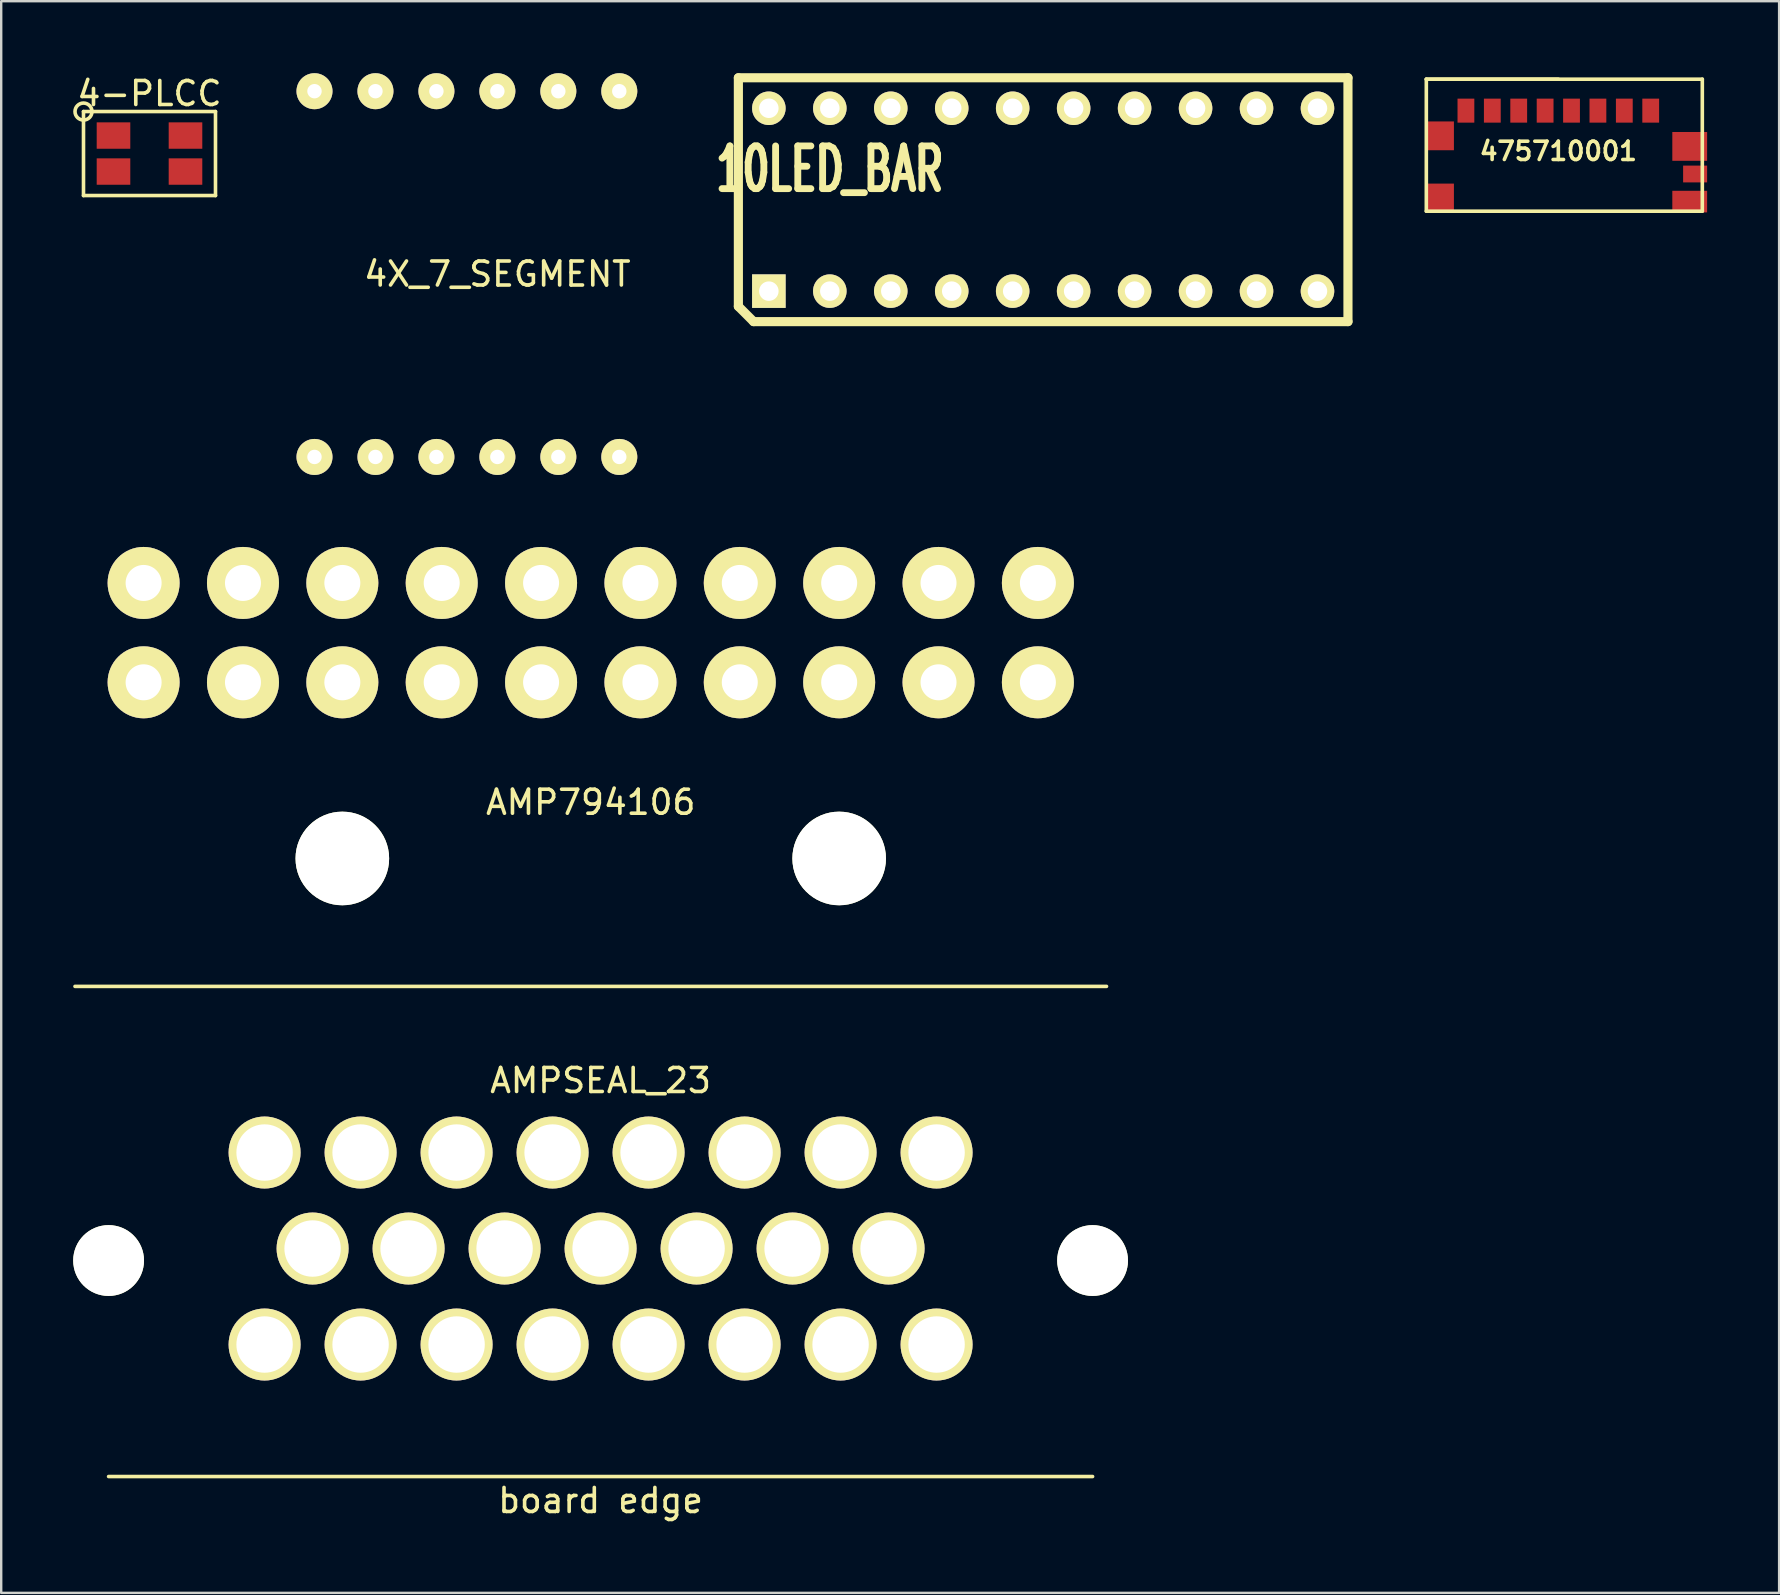
<source format=kicad_pcb>
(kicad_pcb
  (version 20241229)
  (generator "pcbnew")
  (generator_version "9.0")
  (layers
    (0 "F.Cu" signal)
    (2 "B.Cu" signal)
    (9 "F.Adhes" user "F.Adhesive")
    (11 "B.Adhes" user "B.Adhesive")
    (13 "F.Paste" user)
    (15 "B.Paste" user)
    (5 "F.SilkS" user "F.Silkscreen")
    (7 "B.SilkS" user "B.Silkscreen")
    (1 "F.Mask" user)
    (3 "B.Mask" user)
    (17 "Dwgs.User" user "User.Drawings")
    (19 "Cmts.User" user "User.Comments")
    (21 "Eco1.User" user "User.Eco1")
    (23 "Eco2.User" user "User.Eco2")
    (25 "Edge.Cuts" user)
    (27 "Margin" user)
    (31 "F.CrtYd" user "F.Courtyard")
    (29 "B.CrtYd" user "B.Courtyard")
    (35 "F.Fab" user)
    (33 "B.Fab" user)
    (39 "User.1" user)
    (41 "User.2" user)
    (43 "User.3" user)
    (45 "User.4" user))
  (footprint "475710001"
    (layer "F.Cu")
    (at 61.881 0.25)
    (property "Reference" "475710001" (at 0 3 0) (layer "F.SilkS") (effects (font (size 0.762 0.762) (thickness 0.15))))
    (attr through_hole)
    (fp_line (start -5.5 0) (end -5.5 5.5) (stroke (width 0.15) (type solid)) (layer "F.SilkS"))
    (fp_line (start -5.5 5.5) (end 6 5.5) (stroke (width 0.15) (type solid)) (layer "F.SilkS"))
    (fp_line (start 0 0) (end -5.5 0) (stroke (width 0.15) (type solid)) (layer "F.SilkS"))
    (fp_line (start 6 0) (end -5.5 0) (stroke (width 0.15) (type solid)) (layer "F.SilkS"))
    (fp_line (start 6 5.5) (end 6 0) (stroke (width 0.15) (type solid)) (layer "F.SilkS"))
    (pad "1" smd rect (at 3.85 1.31) (size 0.7 1) (layers "F.Cu" "F.Mask" "F.Paste"))
    (pad "2" smd rect (at 2.75 1.31) (size 0.7 1) (layers "F.Cu" "F.Mask" "F.Paste"))
    (pad "3" smd rect (at 1.65 1.31) (size 0.7 1) (layers "F.Cu" "F.Mask" "F.Paste"))
    (pad "4" smd rect (at 0.55 1.31) (size 0.7 1) (layers "F.Cu" "F.Mask" "F.Paste"))
    (pad "5" smd rect (at -0.55 1.31) (size 0.7 1) (layers "F.Cu" "F.Mask" "F.Paste"))
    (pad "6" smd rect (at -1.65 1.31) (size 0.7 1) (layers "F.Cu" "F.Mask" "F.Paste"))
    (pad "7" smd rect (at -2.75 1.31) (size 0.7 1) (layers "F.Cu" "F.Mask" "F.Paste"))
    (pad "8" smd rect (at -3.85 1.31) (size 0.7 1) (layers "F.Cu" "F.Mask" "F.Paste"))
    (pad "9" smd rect (at -4.925 2.36) (size 1.15 1.2) (layers "F.Cu" "F.Mask" "F.Paste"))
    (pad "10" smd rect (at -4.925 4.95) (size 1.15 1.2) (layers "F.Cu" "F.Mask" "F.Paste"))
    (pad "11" smd rect (at 5.475 2.8) (size 1.45 1.2) (layers "F.Cu" "F.Mask" "F.Paste"))
    (pad "12" smd rect (at 5.7 3.95) (size 1 0.7) (layers "F.Cu" "F.Mask" "F.Paste"))
    (pad "13" smd rect (at 5.475 5.1) (size 1.45 0.9) (layers "F.Cu" "F.Mask" "F.Paste")))
  (footprint "4-PLCC"
    (layer "F.Cu")
    (at 3.179 3.348)
    (property "Reference" "4-PLCC" (at 0 -2.5 0) (layer "F.SilkS") (effects (font (size 1 1) (thickness 0.15))))
    (attr through_hole)
    (fp_line (start -2.75 -1.75) (end 2.75 -1.75) (stroke (width 0.15) (type solid)) (layer "F.SilkS"))
    (fp_line (start -2.75 1.75) (end -2.75 -1.75) (stroke (width 0.15) (type solid)) (layer "F.SilkS"))
    (fp_line (start 2.75 -1.75) (end 2.75 1.75) (stroke (width 0.15) (type solid)) (layer "F.SilkS"))
    (fp_line (start 2.75 1.75) (end -2.75 1.75) (stroke (width 0.15) (type solid)) (layer "F.SilkS"))
    (fp_circle (center -2.75 -1.75) (end -3 -2) (stroke (width 0.15) (type solid)) (fill no) (layer "F.SilkS"))
    (pad "1" smd rect (at -1.5 -0.75) (size 1.4 1.1) (layers "F.Cu" "F.Mask" "F.Paste"))
    (pad "2" smd rect (at -1.5 0.75) (size 1.4 1.1) (layers "F.Cu" "F.Mask" "F.Paste"))
    (pad "3" smd rect (at 1.5 0.75) (size 1.4 1.1) (layers "F.Cu" "F.Mask" "F.Paste"))
    (pad "4" smd rect (at 1.5 -0.75) (size 1.4 1.1) (layers "F.Cu" "F.Mask" "F.Paste")))
  (footprint "AMPSEAL_23"
    (layer "F.Cu")
    (at 21.975 48.973)
    (property "Reference" "AMPSEAL_23" (at 0 -7 0) (layer "F.SilkS") (effects (font (size 1 1) (thickness 0.15))))
    (attr through_hole)
    (fp_line (start -20.5 9.5) (end 20.5 9.5) (stroke (width 0.15) (type solid)) (layer "F.SilkS"))
    (fp_text user "board edge" (at 0 10.5 0) (layer "F.SilkS") (effects (font (size 1 1) (thickness 0.15))))
    (pad "" np_thru_hole circle (at -20.5 0.5) (size 2.95 2.95) (drill 2.95) (layers "*.Cu" "*.Mask" "F.SilkS"))
    (pad "" np_thru_hole circle (at 20.5 0.5) (size 2.95 2.95) (drill 2.95) (layers "*.Cu" "*.Mask" "F.SilkS"))
    (pad "1" thru_hole circle (at -14 -4) (size 3 3) (drill 2.35) (layers "*.Cu" "*.Mask" "F.SilkS"))
    (pad "2" thru_hole circle (at -10 -4) (size 3 3) (drill 2.35) (layers "*.Cu" "*.Mask" "F.SilkS"))
    (pad "3" thru_hole circle (at -6 -4) (size 3 3) (drill 2.35) (layers "*.Cu" "*.Mask" "F.SilkS"))
    (pad "4" thru_hole circle (at -2 -4) (size 3 3) (drill 2.35) (layers "*.Cu" "*.Mask" "F.SilkS"))
    (pad "5" thru_hole circle (at 2 -4) (size 3 3) (drill 2.35) (layers "*.Cu" "*.Mask" "F.SilkS"))
    (pad "6" thru_hole circle (at 6 -4) (size 3 3) (drill 2.35) (layers "*.Cu" "*.Mask" "F.SilkS"))
    (pad "7" thru_hole circle (at 10 -4) (size 3 3) (drill 2.35) (layers "*.Cu" "*.Mask" "F.SilkS"))
    (pad "8" thru_hole circle (at 14 -4) (size 3 3) (drill 2.35) (layers "*.Cu" "*.Mask" "F.SilkS"))
    (pad "9" thru_hole circle (at -12 0) (size 3 3) (drill 2.35) (layers "*.Cu" "*.Mask" "F.SilkS"))
    (pad "10" thru_hole circle (at -8 0) (size 3 3) (drill 2.35) (layers "*.Cu" "*.Mask" "F.SilkS"))
    (pad "11" thru_hole circle (at -4 0) (size 3 3) (drill 2.35) (layers "*.Cu" "*.Mask" "F.SilkS"))
    (pad "12" thru_hole circle (at 0 0) (size 3 3) (drill 2.35) (layers "*.Cu" "*.Mask" "F.SilkS"))
    (pad "13" thru_hole circle (at 4 0) (size 3 3) (drill 2.35) (layers "*.Cu" "*.Mask" "F.SilkS"))
    (pad "14" thru_hole circle (at 8 0) (size 3 3) (drill 2.35) (layers "*.Cu" "*.Mask" "F.SilkS"))
    (pad "15" thru_hole circle (at 12 0) (size 3 3) (drill 2.35) (layers "*.Cu" "*.Mask" "F.SilkS"))
    (pad "16" thru_hole circle (at -14 4) (size 3 3) (drill 2.35) (layers "*.Cu" "*.Mask" "F.SilkS"))
    (pad "17" thru_hole circle (at -10 4) (size 3 3) (drill 2.35) (layers "*.Cu" "*.Mask" "F.SilkS"))
    (pad "18" thru_hole circle (at -6 4) (size 3 3) (drill 2.35) (layers "*.Cu" "*.Mask" "F.SilkS"))
    (pad "19" thru_hole circle (at -2 4) (size 3 3) (drill 2.35) (layers "*.Cu" "*.Mask" "F.SilkS"))
    (pad "20" thru_hole circle (at 2 4) (size 3 3) (drill 2.35) (layers "*.Cu" "*.Mask" "F.SilkS"))
    (pad "21" thru_hole circle (at 6 4) (size 3 3) (drill 2.35) (layers "*.Cu" "*.Mask" "F.SilkS"))
    (pad "22" thru_hole circle (at 10 4) (size 3 3) (drill 2.35) (layers "*.Cu" "*.Mask" "F.SilkS"))
    (pad "23" thru_hole circle (at 14 4) (size 3 3) (drill 2.35) (layers "*.Cu" "*.Mask" "F.SilkS")))
  (footprint "AMP794106"
    (layer "F.Cu")
    (at 21.565 25.38)
    (property "Reference" "AMP794106" (at 0 5 0) (layer "F.SilkS") (effects (font (size 1 1) (thickness 0.15))))
    (attr through_hole)
    (fp_line (start -21.49 12.67) (end 21.49 12.67) (stroke (width 0.15) (type solid)) (layer "F.SilkS"))
    (pad "" np_thru_hole circle (at -10.351 7.34) (size 3.9 3.9) (drill 3.9) (layers "*.Cu" "*.Mask" "F.SilkS"))
    (pad "" np_thru_hole circle (at 10.351 7.34) (size 3.9 3.9) (drill 3.9) (layers "*.Cu" "*.Mask" "F.SilkS"))
    (pad "1" thru_hole circle (at 18.631 -4.14) (size 3 3) (drill 1.5) (layers "*.Cu" "*.Mask" "F.SilkS"))
    (pad "2" thru_hole circle (at 14.491 -4.14) (size 3 3) (drill 1.5) (layers "*.Cu" "*.Mask" "F.SilkS"))
    (pad "3" thru_hole circle (at 10.351 -4.14) (size 3 3) (drill 1.5) (layers "*.Cu" "*.Mask" "F.SilkS"))
    (pad "4" thru_hole circle (at 6.21 -4.14) (size 3 3) (drill 1.5) (layers "*.Cu" "*.Mask" "F.SilkS"))
    (pad "5" thru_hole circle (at 2.07 -4.14) (size 3 3) (drill 1.5) (layers "*.Cu" "*.Mask" "F.SilkS"))
    (pad "6" thru_hole circle (at -2.07 -4.14) (size 3 3) (drill 1.5) (layers "*.Cu" "*.Mask" "F.SilkS"))
    (pad "7" thru_hole circle (at -6.21 -4.14) (size 3 3) (drill 1.5) (layers "*.Cu" "*.Mask" "F.SilkS"))
    (pad "8" thru_hole circle (at -10.351 -4.14) (size 3 3) (drill 1.5) (layers "*.Cu" "*.Mask" "F.SilkS"))
    (pad "9" thru_hole circle (at -14.491 -4.14) (size 3 3) (drill 1.5) (layers "*.Cu" "*.Mask" "F.SilkS"))
    (pad "10" thru_hole circle (at -18.631 -4.14) (size 3 3) (drill 1.5) (layers "*.Cu" "*.Mask" "F.SilkS"))
    (pad "11" thru_hole circle (at 18.631 0) (size 3 3) (drill 1.5) (layers "*.Cu" "*.Mask" "F.SilkS"))
    (pad "12" thru_hole circle (at 14.491 0) (size 3 3) (drill 1.5) (layers "*.Cu" "*.Mask" "F.SilkS"))
    (pad "13" thru_hole circle (at 10.351 0) (size 3 3) (drill 1.5) (layers "*.Cu" "*.Mask" "F.SilkS"))
    (pad "14" thru_hole circle (at 6.21 0) (size 3 3) (drill 1.5) (layers "*.Cu" "*.Mask" "F.SilkS"))
    (pad "15" thru_hole circle (at 2.07 0) (size 3 3) (drill 1.5) (layers "*.Cu" "*.Mask" "F.SilkS"))
    (pad "16" thru_hole circle (at -2.07 0) (size 3 3) (drill 1.5) (layers "*.Cu" "*.Mask" "F.SilkS"))
    (pad "17" thru_hole circle (at -6.21 0) (size 3 3) (drill 1.5) (layers "*.Cu" "*.Mask" "F.SilkS"))
    (pad "18" thru_hole circle (at -10.351 0) (size 3 3) (drill 1.5) (layers "*.Cu" "*.Mask" "F.SilkS"))
    (pad "19" thru_hole circle (at -14.491 0) (size 3 3) (drill 1.5) (layers "*.Cu" "*.Mask" "F.SilkS"))
    (pad "20" thru_hole circle (at -18.631 0) (size 3 3) (drill 1.5) (layers "*.Cu" "*.Mask" "F.SilkS")))
  (footprint "4X_7_SEGMENT"
    (layer "F.Cu")
    (at 17.674 8.37)
    (property "Reference" "4X_7_SEGMENT" (at 0 0 0) (layer "F.SilkS") (effects (font (size 1 1) (thickness 0.15))))
    (attr through_hole)
    (pad "1" thru_hole circle (at -7.62 -7.62) (size 1.5 1.5) (drill 0.6) (layers "*.Cu" "*.Mask" "F.SilkS"))
    (pad "2" thru_hole circle (at -5.08 -7.62) (size 1.5 1.5) (drill 0.6) (layers "*.Cu" "*.Mask" "F.SilkS"))
    (pad "3" thru_hole circle (at -2.54 -7.62) (size 1.5 1.5) (drill 0.6) (layers "*.Cu" "*.Mask" "F.SilkS"))
    (pad "4" thru_hole circle (at 0 -7.62) (size 1.5 1.5) (drill 0.6) (layers "*.Cu" "*.Mask" "F.SilkS"))
    (pad "5" thru_hole circle (at 2.54 -7.62) (size 1.5 1.5) (drill 0.6) (layers "*.Cu" "*.Mask" "F.SilkS"))
    (pad "6" thru_hole circle (at 5.08 -7.62) (size 1.5 1.5) (drill 0.6) (layers "*.Cu" "*.Mask" "F.SilkS"))
    (pad "7" thru_hole circle (at -7.62 7.62) (size 1.5 1.5) (drill 0.6) (layers "*.Cu" "*.Mask" "F.SilkS"))
    (pad "8" thru_hole circle (at -5.08 7.62) (size 1.5 1.5) (drill 0.6) (layers "*.Cu" "*.Mask" "F.SilkS"))
    (pad "9" thru_hole circle (at -2.54 7.62) (size 1.5 1.5) (drill 0.6) (layers "*.Cu" "*.Mask" "F.SilkS"))
    (pad "10" thru_hole circle (at 0 7.62) (size 1.5 1.5) (drill 0.6) (layers "*.Cu" "*.Mask" "F.SilkS"))
    (pad "11" thru_hole circle (at 2.54 7.62) (size 1.5 1.5) (drill 0.6) (layers "*.Cu" "*.Mask" "F.SilkS"))
    (pad "12" thru_hole circle (at 5.08 7.62) (size 1.5 1.5) (drill 0.6) (layers "*.Cu" "*.Mask" "F.SilkS")))
  (footprint "10LED_BAR"
    (layer "F.Cu")
    (at 40.416 5.271)
    (property "Reference" "10LED_BAR" (at -8.89 -1.27 0) (layer "F.SilkS") (effects (font (size 1.778 1.143) (thickness 0.286))))
    (attr through_hole)
    (fp_line (start -12.7 -5.08) (end -12.7 4.445) (stroke (width 0.381) (type solid)) (layer "F.SilkS"))
    (fp_line (start -12.7 -5.08) (end 12.7 -5.08) (stroke (width 0.381) (type solid)) (layer "F.SilkS"))
    (fp_line (start -12.7 4.445) (end -12.065 5.08) (stroke (width 0.381) (type solid)) (layer "F.SilkS"))
    (fp_line (start 12.7 -5.08) (end 12.7 5.08) (stroke (width 0.381) (type solid)) (layer "F.SilkS"))
    (fp_line (start 12.7 5.08) (end -12.065 5.08) (stroke (width 0.381) (type solid)) (layer "F.SilkS"))
    (pad "1" thru_hole rect (at -11.43 3.81) (size 1.397 1.397) (drill 0.813) (layers "*.Cu" "*.Mask" "F.SilkS"))
    (pad "2" thru_hole circle (at -8.89 3.81) (size 1.397 1.397) (drill 0.813) (layers "*.Cu" "*.Mask" "F.SilkS"))
    (pad "3" thru_hole circle (at -6.35 3.81) (size 1.397 1.397) (drill 0.813) (layers "*.Cu" "*.Mask" "F.SilkS"))
    (pad "4" thru_hole circle (at -3.81 3.81) (size 1.397 1.397) (drill 0.813) (layers "*.Cu" "*.Mask" "F.SilkS"))
    (pad "5" thru_hole circle (at -1.27 3.81) (size 1.397 1.397) (drill 0.813) (layers "*.Cu" "*.Mask" "F.SilkS"))
    (pad "6" thru_hole circle (at 1.27 3.81) (size 1.397 1.397) (drill 0.813) (layers "*.Cu" "*.Mask" "F.SilkS"))
    (pad "7" thru_hole circle (at 3.81 3.81) (size 1.397 1.397) (drill 0.813) (layers "*.Cu" "*.Mask" "F.SilkS"))
    (pad "8" thru_hole circle (at 6.35 3.81) (size 1.397 1.397) (drill 0.813) (layers "*.Cu" "*.Mask" "F.SilkS"))
    (pad "9" thru_hole circle (at 8.89 3.81) (size 1.397 1.397) (drill 0.813) (layers "*.Cu" "*.Mask" "F.SilkS"))
    (pad "10" thru_hole circle (at 11.43 3.81) (size 1.397 1.397) (drill 0.813) (layers "*.Cu" "*.Mask" "F.SilkS"))
    (pad "11" thru_hole circle (at 11.43 -3.81) (size 1.397 1.397) (drill 0.813) (layers "*.Cu" "*.Mask" "F.SilkS"))
    (pad "12" thru_hole circle (at 8.89 -3.81) (size 1.397 1.397) (drill 0.813) (layers "*.Cu" "*.Mask" "F.SilkS"))
    (pad "13" thru_hole circle (at 6.35 -3.81) (size 1.397 1.397) (drill 0.813) (layers "*.Cu" "*.Mask" "F.SilkS"))
    (pad "14" thru_hole circle (at 3.81 -3.81) (size 1.397 1.397) (drill 0.813) (layers "*.Cu" "*.Mask" "F.SilkS"))
    (pad "15" thru_hole circle (at 1.27 -3.81) (size 1.397 1.397) (drill 0.813) (layers "*.Cu" "*.Mask" "F.SilkS"))
    (pad "16" thru_hole circle (at -1.27 -3.81) (size 1.397 1.397) (drill 0.813) (layers "*.Cu" "*.Mask" "F.SilkS"))
    (pad "17" thru_hole circle (at -3.81 -3.81) (size 1.397 1.397) (drill 0.813) (layers "*.Cu" "*.Mask" "F.SilkS"))
    (pad "18" thru_hole circle (at -6.35 -3.81) (size 1.397 1.397) (drill 0.813) (layers "*.Cu" "*.Mask" "F.SilkS"))
    (pad "19" thru_hole circle (at -8.89 -3.81) (size 1.397 1.397) (drill 0.813) (layers "*.Cu" "*.Mask" "F.SilkS"))
    (pad "20" thru_hole circle (at -11.43 -3.81) (size 1.397 1.397) (drill 0.813) (layers "*.Cu" "*.Mask" "F.SilkS")))
  (gr_rect
    (start -3 -3)
    (end 71.081 63.322)
    (stroke (width 0.1) (type default))
    (fill no)
    (layer "Edge.Cuts")))
</source>
